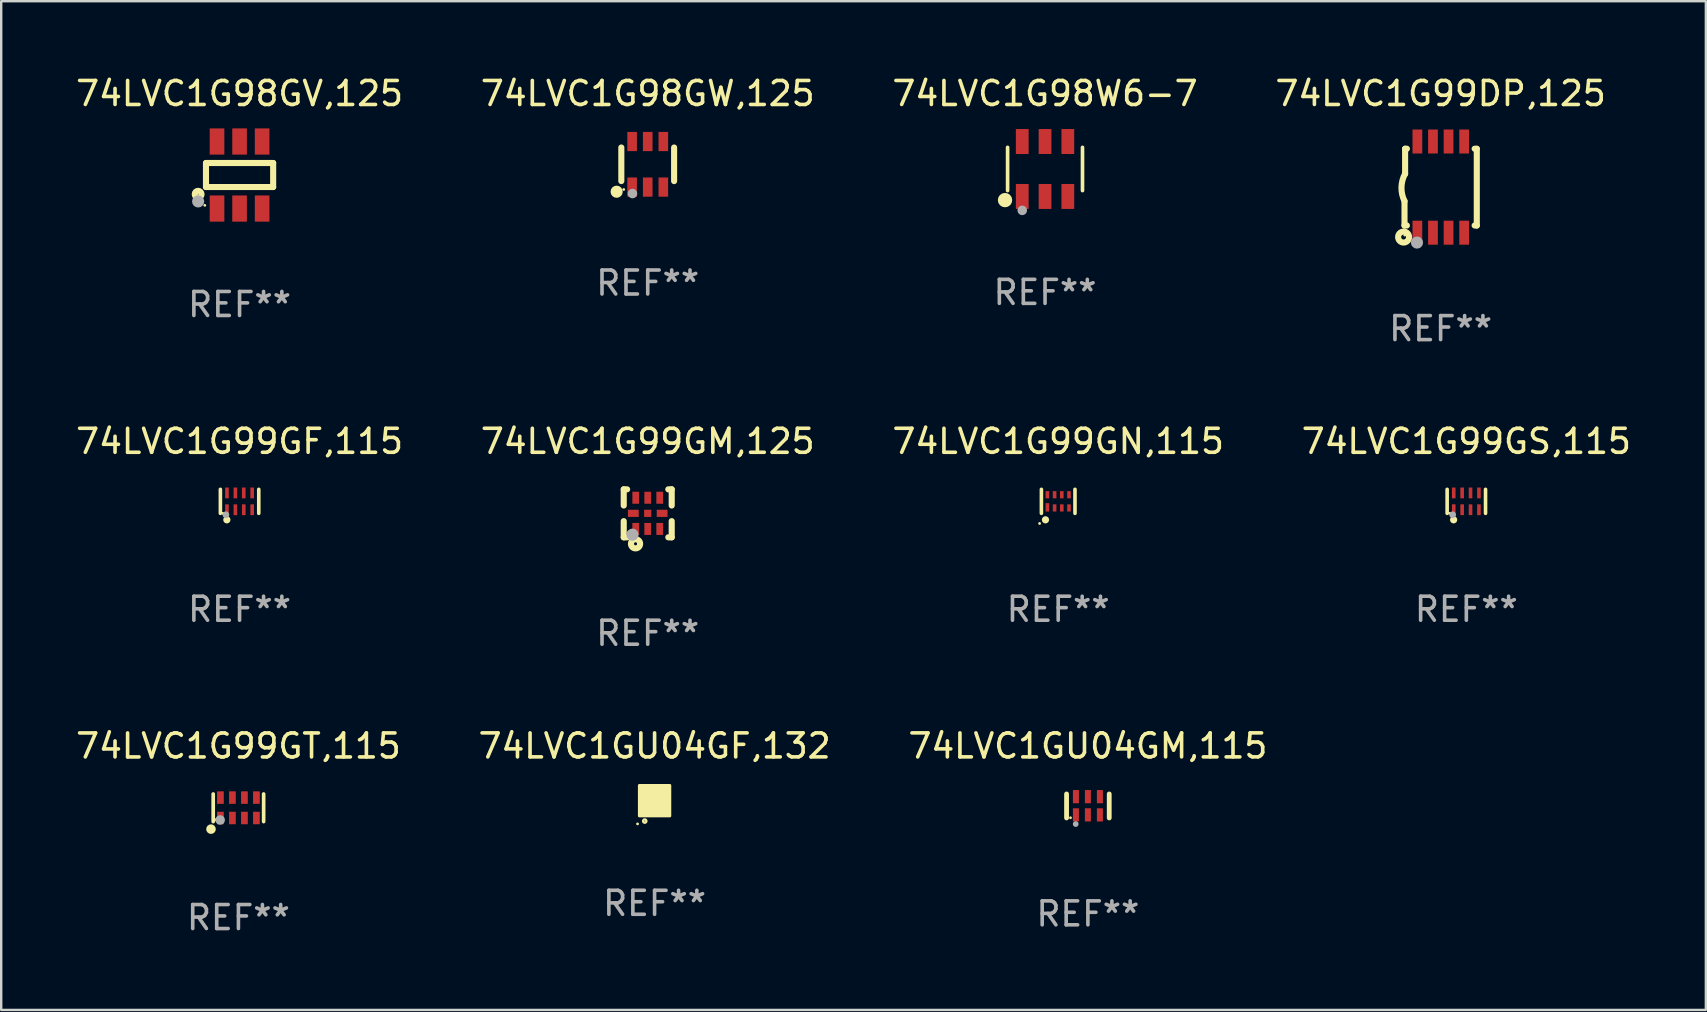
<source format=kicad_pcb>
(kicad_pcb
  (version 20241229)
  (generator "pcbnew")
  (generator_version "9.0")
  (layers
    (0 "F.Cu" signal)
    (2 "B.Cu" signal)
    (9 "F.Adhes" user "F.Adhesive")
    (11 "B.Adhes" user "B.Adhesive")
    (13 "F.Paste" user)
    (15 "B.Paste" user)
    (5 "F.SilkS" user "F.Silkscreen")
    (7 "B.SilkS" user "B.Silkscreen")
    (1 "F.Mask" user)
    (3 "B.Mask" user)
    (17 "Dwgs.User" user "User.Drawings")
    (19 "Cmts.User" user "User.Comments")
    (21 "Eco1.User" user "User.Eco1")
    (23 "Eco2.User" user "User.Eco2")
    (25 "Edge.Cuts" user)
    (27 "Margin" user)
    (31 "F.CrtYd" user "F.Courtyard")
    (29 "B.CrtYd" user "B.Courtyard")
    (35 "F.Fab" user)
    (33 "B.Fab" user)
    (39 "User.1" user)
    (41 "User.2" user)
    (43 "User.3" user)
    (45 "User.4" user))
  (footprint "74LVC1G99GT,115"
    (layer "F.Cu")
    (at 6.887 30.618)
    (property "Reference" "74LVC1G99GT,115" (at 0 -2.576 0) (layer "F.SilkS") (effects (font (size 1 1) (thickness 0.15))))
    (attr through_hole)
    (fp_line (start -1.051 0.576) (end -1.051 -0.576) (stroke (width 0.152) (type solid)) (layer "F.SilkS"))
    (fp_line (start 1.051 -0.576) (end 1.051 0.576) (stroke (width 0.152) (type solid)) (layer "F.SilkS"))
    (fp_circle (center -1.143 0.889) (end -1.043 0.889) (stroke (width 0.2) (type solid)) (fill no) (layer "F.SilkS"))
    (fp_circle (center -0.975 0.5) (end -0.945 0.5) (stroke (width 0.06) (type solid)) (fill no) (layer "F.SilkS"))
    (fp_circle (center -0.762 0.508) (end -0.662 0.508) (stroke (width 0.2) (type solid)) (fill no) (layer "F.Fab"))
    (fp_text user "REF**" (at 0 4.576 0) (layer "F.Fab") (effects (font (size 1 1) (thickness 0.15))))
    (pad "1" smd rect (at -0.75 0.425) (size 0.28 0.521) (layers "F.Cu" "F.Mask" "F.Paste"))
    (pad "2" smd rect (at -0.25 0.425) (size 0.28 0.521) (layers "F.Cu" "F.Mask" "F.Paste"))
    (pad "3" smd rect (at 0.25 0.425) (size 0.28 0.521) (layers "F.Cu" "F.Mask" "F.Paste"))
    (pad "4" smd rect (at 0.75 0.425) (size 0.28 0.521) (layers "F.Cu" "F.Mask" "F.Paste"))
    (pad "5" smd rect (at 0.75 -0.425) (size 0.28 0.521) (layers "F.Cu" "F.Mask" "F.Paste"))
    (pad "6" smd rect (at 0.25 -0.425) (size 0.28 0.521) (layers "F.Cu" "F.Mask" "F.Paste"))
    (pad "7" smd rect (at -0.25 -0.425) (size 0.28 0.521) (layers "F.Cu" "F.Mask" "F.Paste"))
    (pad "8" smd rect (at -0.75 -0.425) (size 0.28 0.521) (layers "F.Cu" "F.Mask" "F.Paste")))
  (footprint "74LVC1G98GW,125"
    (layer "F.Cu")
    (at 23.946 3.798)
    (property "Reference" "74LVC1G98GW,125" (at 0 -2.95 0) (layer "F.SilkS") (effects (font (size 1 1) (thickness 0.15))))
    (attr through_hole)
    (fp_line (start -1.1 -0.7) (end -1.1 0.7) (stroke (width 0.254) (type solid)) (layer "F.SilkS"))
    (fp_line (start 1.1 -0.7) (end 1.1 0.7) (stroke (width 0.254) (type solid)) (layer "F.SilkS"))
    (fp_circle (center -1.295 1.143) (end -1.168 1.143) (stroke (width 0.254) (type solid)) (fill no) (layer "F.SilkS"))
    (fp_circle (center -1 1.05) (end -0.97 1.05) (stroke (width 0.06) (type solid)) (fill no) (layer "F.SilkS"))
    (fp_circle (center -0.635 1.219) (end -0.535 1.219) (stroke (width 0.2) (type solid)) (fill no) (layer "F.Fab"))
    (fp_text user "REF**" (at 0 4.95 0) (layer "F.Fab") (effects (font (size 1 1) (thickness 0.15))))
    (pad "1" smd rect (at -0.65 0.95) (size 0.4 0.8) (layers "F.Cu" "F.Mask" "F.Paste"))
    (pad "2" smd rect (at 0 0.95) (size 0.4 0.8) (layers "F.Cu" "F.Mask" "F.Paste"))
    (pad "3" smd rect (at 0.65 0.95) (size 0.4 0.8) (layers "F.Cu" "F.Mask" "F.Paste"))
    (pad "4" smd rect (at 0.65 -0.95) (size 0.4 0.8) (layers "F.Cu" "F.Mask" "F.Paste"))
    (pad "5" smd rect (at 0 -0.95) (size 0.4 0.8) (layers "F.Cu" "F.Mask" "F.Paste"))
    (pad "6" smd rect (at -0.65 -0.95) (size 0.4 0.8) (layers "F.Cu" "F.Mask" "F.Paste")))
  (footprint "74LVC1G99DP,125"
    (layer "F.Cu")
    (at 56.994 4.748)
    (property "Reference" "74LVC1G99DP,125" (at 0 -3.9 0) (layer "F.SilkS") (effects (font (size 1 1) (thickness 0.15))))
    (attr through_hole)
    (fp_line (start -1.506 1.6) (end -1.506 0.584) (stroke (width 0.254) (type solid)) (layer "F.SilkS"))
    (fp_line (start -1.506 1.6) (end -1.407 1.6) (stroke (width 0.254) (type solid)) (layer "F.SilkS"))
    (fp_line (start -1.481 -1.599) (end -1.481 -0.549) (stroke (width 0.254) (type solid)) (layer "F.SilkS"))
    (fp_line (start -1.481 -1.599) (end -1.407 -1.599) (stroke (width 0.254) (type solid)) (layer "F.SilkS"))
    (fp_line (start 1.417 -1.599) (end 1.506 -1.599) (stroke (width 0.254) (type solid)) (layer "F.SilkS"))
    (fp_line (start 1.417 1.6) (end 1.506 1.6) (stroke (width 0.254) (type solid)) (layer "F.SilkS"))
    (fp_line (start 1.506 1.603) (end 1.506 -1.595) (stroke (width 0.254) (type solid)) (layer "F.SilkS"))
    (fp_arc (start -1.506223 0.584328) (mid -1.632455 0.00974) (end -1.480823 -0.558674) (stroke (width 0.254001) (type solid)) (layer "F.SilkS"))
    (fp_circle (center -1.544 2.083) (end -1.443 2.083) (stroke (width 0.254) (type solid)) (fill no) (layer "F.SilkS"))
    (fp_circle (center -1.495 2) (end -1.465 2) (stroke (width 0.06) (type solid)) (fill no) (layer "F.SilkS"))
    (fp_circle (center -0.986 2.312) (end -0.859 2.312) (stroke (width 0.254) (type solid)) (fill no) (layer "F.Fab"))
    (fp_text user "REF**" (at 0 5.9 0) (layer "F.Fab") (effects (font (size 1 1) (thickness 0.15))))
    (pad "1" smd rect (at -0.97 1.9 90) (size 1 0.406) (layers "F.Cu" "F.Mask" "F.Paste"))
    (pad "2" smd rect (at -0.32 1.9 90) (size 1 0.406) (layers "F.Cu" "F.Mask" "F.Paste"))
    (pad "3" smd rect (at 0.33 1.9 90) (size 1 0.406) (layers "F.Cu" "F.Mask" "F.Paste"))
    (pad "4" smd rect (at 0.98 1.9 90) (size 1 0.406) (layers "F.Cu" "F.Mask" "F.Paste"))
    (pad "5" smd rect (at 0.98 -1.9 90) (size 1 0.406) (layers "F.Cu" "F.Mask" "F.Paste"))
    (pad "6" smd rect (at 0.33 -1.9 90) (size 1 0.406) (layers "F.Cu" "F.Mask" "F.Paste"))
    (pad "7" smd rect (at -0.32 -1.9 90) (size 1 0.406) (layers "F.Cu" "F.Mask" "F.Paste"))
    (pad "8" smd rect (at -0.97 -1.9 90) (size 1 0.406) (layers "F.Cu" "F.Mask" "F.Paste")))
  (footprint "74LVC1G99GF,115"
    (layer "F.Cu")
    (at 6.935 17.845)
    (property "Reference" "74LVC1G99GF,115" (at 0 -2.5 0) (layer "F.SilkS") (effects (font (size 1 1) (thickness 0.15))))
    (attr through_hole)
    (fp_line (start -0.8 -0.5) (end -0.8 0.5) (stroke (width 0.15) (type solid)) (layer "F.SilkS"))
    (fp_line (start 0.8 -0.5) (end 0.8 0.5) (stroke (width 0.15) (type solid)) (layer "F.SilkS"))
    (fp_circle (center -0.7 0.5) (end -0.67 0.5) (stroke (width 0.06) (type solid)) (fill no) (layer "F.SilkS"))
    (fp_circle (center -0.53 0.77) (end -0.454 0.77) (stroke (width 0.15) (type solid)) (fill no) (layer "F.SilkS"))
    (fp_circle (center -0.57 0.56) (end -0.5 0.56) (stroke (width 0.14) (type solid)) (fill no) (layer "F.Fab"))
    (fp_text user "REF**" (at 0 4.5 0) (layer "F.Fab") (effects (font (size 1 1) (thickness 0.15))))
    (pad "1" smd rect (at -0.525 0.35) (size 0.15 0.45) (layers "F.Cu" "F.Mask" "F.Paste"))
    (pad "2" smd rect (at -0.175 0.35) (size 0.15 0.45) (layers "F.Cu" "F.Mask" "F.Paste"))
    (pad "3" smd rect (at 0.175 0.35) (size 0.15 0.45) (layers "F.Cu" "F.Mask" "F.Paste"))
    (pad "4" smd rect (at 0.525 0.35) (size 0.15 0.45) (layers "F.Cu" "F.Mask" "F.Paste"))
    (pad "5" smd rect (at 0.525 -0.35) (size 0.15 0.45) (layers "F.Cu" "F.Mask" "F.Paste"))
    (pad "6" smd rect (at 0.175 -0.35) (size 0.15 0.45) (layers "F.Cu" "F.Mask" "F.Paste"))
    (pad "7" smd rect (at -0.175 -0.35) (size 0.15 0.45) (layers "F.Cu" "F.Mask" "F.Paste"))
    (pad "8" smd rect (at -0.525 -0.35) (size 0.15 0.45) (layers "F.Cu" "F.Mask" "F.Paste")))
  (footprint "74LVC1G98GV,125"
    (layer "F.Cu")
    (at 6.935 4.245)
    (property "Reference" "74LVC1G98GV,125" (at 0 -3.397 0) (layer "F.SilkS") (effects (font (size 1 1) (thickness 0.15))))
    (attr through_hole)
    (fp_line (start -1.4 -0.501) (end -1.4 0.5) (stroke (width 0.254) (type solid)) (layer "F.SilkS"))
    (fp_line (start -1.4 0.5) (end 1.4 0.5) (stroke (width 0.254) (type solid)) (layer "F.SilkS"))
    (fp_line (start 1.4 -0.501) (end -1.4 -0.501) (stroke (width 0.254) (type solid)) (layer "F.SilkS"))
    (fp_line (start 1.4 0.5) (end 1.4 -0.501) (stroke (width 0.254) (type solid)) (layer "F.SilkS"))
    (fp_circle (center -1.727 0.8) (end -1.585 0.8) (stroke (width 0.254) (type solid)) (fill no) (layer "F.SilkS"))
    (fp_circle (center -1.45 1.263) (end -1.42 1.263) (stroke (width 0.06) (type solid)) (fill no) (layer "F.SilkS"))
    (fp_circle (center -1.727 1.1) (end -1.6 1.1) (stroke (width 0.254) (type solid)) (fill no) (layer "F.Fab"))
    (fp_text user "REF**" (at 0 5.397 0) (layer "F.Fab") (effects (font (size 1 1) (thickness 0.15))))
    (pad "1" smd rect (at -0.94 1.397 180) (size 0.61 1.092) (layers "F.Cu" "F.Mask" "F.Paste"))
    (pad "2" smd rect (at 0.000127 1.397 180) (size 0.61 1.092) (layers "F.Cu" "F.Mask" "F.Paste"))
    (pad "3" smd rect (at 0.94 1.397 180) (size 0.61 1.092) (layers "F.Cu" "F.Mask" "F.Paste"))
    (pad "4" smd rect (at 0.94 -1.397 180) (size 0.61 1.092) (layers "F.Cu" "F.Mask" "F.Paste"))
    (pad "5" smd rect (at 0.000127 -1.397 180) (size 0.61 1.092) (layers "F.Cu" "F.Mask" "F.Paste"))
    (pad "6" smd rect (at -0.94 -1.397 180) (size 0.61 1.092) (layers "F.Cu" "F.Mask" "F.Paste")))
  (footprint "74LVC1GU04GF,132"
    (layer "F.Cu")
    (at 24.232 30.321)
    (property "Reference" "74LVC1GU04GF,132" (at 0 -2.28 0) (layer "F.SilkS") (effects (font (size 1 1) (thickness 0.15))))
    (attr through_hole)
    (fp_circle (center -0.71 0.968) (end -0.68 0.968) (stroke (width 0.06) (type solid)) (fill no) (layer "F.SilkS"))
    (fp_circle (center -0.41 0.85) (end -0.342 0.85) (stroke (width 0.1) (type solid)) (fill no) (layer "F.SilkS"))
    (fp_poly (pts (xy -0.635 -0.635) (xy 0.635 -0.635) (xy 0.635 0.635) (xy -0.635 0.635)) (stroke (width 0.12) (type solid)) (fill yes) (layer "F.SilkS"))
    (fp_text user "REF**" (at 0 4.28 0) (layer "F.Fab") (effects (font (size 1 1) (thickness 0.15))))
    (pad "1" smd rect (at -0.35 0.28 90) (size 0.35 0.2) (layers "F.Cu" "F.Mask" "F.Paste"))
    (pad "2" smd rect (at 0 0.28 90) (size 0.35 0.2) (layers "F.Cu" "F.Mask" "F.Paste"))
    (pad "3" smd rect (at 0.35 0.28 90) (size 0.35 0.2) (layers "F.Cu" "F.Mask" "F.Paste"))
    (pad "4" smd rect (at 0.35 -0.28 90) (size 0.35 0.2) (layers "F.Cu" "F.Mask" "F.Paste"))
    (pad "5" smd rect (at 0 -0.28 90) (size 0.35 0.2) (layers "F.Cu" "F.Mask" "F.Paste"))
    (pad "6" smd rect (at -0.35 -0.28 90) (size 0.35 0.2) (layers "F.Cu" "F.Mask" "F.Paste")))
  (footprint "74LVC1G99GS,115"
    (layer "F.Cu")
    (at 58.065 17.845)
    (property "Reference" "74LVC1G99GS,115" (at 0 -2.5 0) (layer "F.SilkS") (effects (font (size 1 1) (thickness 0.15))))
    (attr through_hole)
    (fp_line (start -0.8 -0.5) (end -0.8 0.5) (stroke (width 0.15) (type solid)) (layer "F.SilkS"))
    (fp_line (start 0.8 -0.5) (end 0.8 0.5) (stroke (width 0.15) (type solid)) (layer "F.SilkS"))
    (fp_circle (center -0.7 0.5) (end -0.67 0.5) (stroke (width 0.06) (type solid)) (fill no) (layer "F.SilkS"))
    (fp_circle (center -0.53 0.77) (end -0.454 0.77) (stroke (width 0.15) (type solid)) (fill no) (layer "F.SilkS"))
    (fp_circle (center -0.57 0.56) (end -0.5 0.56) (stroke (width 0.14) (type solid)) (fill no) (layer "F.Fab"))
    (fp_text user "REF**" (at 0 4.5 0) (layer "F.Fab") (effects (font (size 1 1) (thickness 0.15))))
    (pad "1" smd rect (at -0.525 0.35) (size 0.15 0.45) (layers "F.Cu" "F.Mask" "F.Paste"))
    (pad "2" smd rect (at -0.175 0.35) (size 0.15 0.45) (layers "F.Cu" "F.Mask" "F.Paste"))
    (pad "3" smd rect (at 0.175 0.35) (size 0.15 0.45) (layers "F.Cu" "F.Mask" "F.Paste"))
    (pad "4" smd rect (at 0.525 0.35) (size 0.15 0.45) (layers "F.Cu" "F.Mask" "F.Paste"))
    (pad "5" smd rect (at 0.525 -0.35) (size 0.15 0.45) (layers "F.Cu" "F.Mask" "F.Paste"))
    (pad "6" smd rect (at 0.175 -0.35) (size 0.15 0.45) (layers "F.Cu" "F.Mask" "F.Paste"))
    (pad "7" smd rect (at -0.175 -0.35) (size 0.15 0.45) (layers "F.Cu" "F.Mask" "F.Paste"))
    (pad "8" smd rect (at -0.525 -0.35) (size 0.15 0.45) (layers "F.Cu" "F.Mask" "F.Paste")))
  (footprint "74LVC1GU04GM,115"
    (layer "F.Cu")
    (at 42.292 30.541)
    (property "Reference" "74LVC1GU04GM,115" (at 0 -2.5 0) (layer "F.SilkS") (effects (font (size 1 1) (thickness 0.15))))
    (attr through_hole)
    (fp_line (start -0.889 0.5) (end -0.889 -0.5) (stroke (width 0.2) (type solid)) (layer "F.SilkS"))
    (fp_line (start 0.889 0.5) (end 0.889 -0.5) (stroke (width 0.2) (type solid)) (layer "F.SilkS"))
    (fp_circle (center -0.725 0.492) (end -0.695 0.492) (stroke (width 0.06) (type solid)) (fill no) (layer "F.SilkS"))
    (fp_circle (center -0.508 0.754) (end -0.448 0.754) (stroke (width 0.12) (type solid)) (fill no) (layer "F.Fab"))
    (fp_text user "REF**" (at 0 4.5 0) (layer "F.Fab") (effects (font (size 1 1) (thickness 0.15))))
    (pad "1" smd rect (at -0.5 0.372) (size 0.25 0.55) (layers "F.Cu" "F.Mask" "F.Paste"))
    (pad "2" smd rect (at -0.000127 0.372) (size 0.25 0.55) (layers "F.Cu" "F.Mask" "F.Paste"))
    (pad "3" smd rect (at 0.5 0.372) (size 0.25 0.55) (layers "F.Cu" "F.Mask" "F.Paste"))
    (pad "4" smd rect (at 0.5 -0.388 180) (size 0.25 0.55) (layers "F.Cu" "F.Mask" "F.Paste"))
    (pad "5" smd rect (at -0.000127 -0.388 180) (size 0.25 0.55) (layers "F.Cu" "F.Mask" "F.Paste"))
    (pad "6" smd rect (at -0.5 -0.388 180) (size 0.25 0.55) (layers "F.Cu" "F.Mask" "F.Paste")))
  (footprint "74LVC1G98W6-7"
    (layer "F.Cu")
    (at 40.506 3.993)
    (property "Reference" "74LVC1G98W6-7" (at 0 -3.145 0) (layer "F.SilkS") (effects (font (size 1 1) (thickness 0.15))))
    (attr through_hole)
    (fp_line (start -1.561 0.901) (end -1.561 -0.901) (stroke (width 0.152) (type solid)) (layer "F.SilkS"))
    (fp_line (start 1.561 0.901) (end 1.561 -0.901) (stroke (width 0.152) (type solid)) (layer "F.SilkS"))
    (fp_circle (center -1.668 1.297) (end -1.518 1.297) (stroke (width 0.3) (type solid)) (fill no) (layer "F.SilkS"))
    (fp_circle (center -1.485 1.425) (end -1.455 1.425) (stroke (width 0.06) (type solid)) (fill no) (layer "F.SilkS"))
    (fp_circle (center -0.95 1.725) (end -0.85 1.725) (stroke (width 0.2) (type solid)) (fill no) (layer "F.Fab"))
    (fp_text user "REF**" (at 0 5.145 0) (layer "F.Fab") (effects (font (size 1 1) (thickness 0.15))))
    (pad "1" smd rect (at -0.95 1.145) (size 0.532 1.04) (layers "F.Cu" "F.Mask" "F.Paste"))
    (pad "2" smd rect (at 0 1.145) (size 0.532 1.04) (layers "F.Cu" "F.Mask" "F.Paste"))
    (pad "3" smd rect (at 0.95 1.145) (size 0.532 1.04) (layers "F.Cu" "F.Mask" "F.Paste"))
    (pad "4" smd rect (at 0.95 -1.145) (size 0.532 1.04) (layers "F.Cu" "F.Mask" "F.Paste"))
    (pad "5" smd rect (at 0 -1.145) (size 0.532 1.04) (layers "F.Cu" "F.Mask" "F.Paste"))
    (pad "6" smd rect (at -0.95 -1.145) (size 0.532 1.04) (layers "F.Cu" "F.Mask" "F.Paste")))
  (footprint "74LVC1G99GM,125"
    (layer "F.Cu")
    (at 23.946 18.345)
    (property "Reference" "74LVC1G99GM,125" (at 0 -3 0) (layer "F.SilkS") (effects (font (size 1 1) (thickness 0.15))))
    (attr through_hole)
    (fp_line (start -1 -1) (end -0.858 -1) (stroke (width 0.254) (type solid)) (layer "F.SilkS"))
    (fp_line (start -1 -0.325) (end -1 -1) (stroke (width 0.254) (type solid)) (layer "F.SilkS"))
    (fp_line (start -1 1) (end -1 0.325) (stroke (width 0.254) (type solid)) (layer "F.SilkS"))
    (fp_line (start -0.858 1) (end -1 1) (stroke (width 0.254) (type solid)) (layer "F.SilkS"))
    (fp_line (start 0.858 -1) (end 1 -1) (stroke (width 0.254) (type solid)) (layer "F.SilkS"))
    (fp_line (start 1 -1) (end 1 -0.325) (stroke (width 0.254) (type solid)) (layer "F.SilkS"))
    (fp_line (start 1 0.325) (end 1 1) (stroke (width 0.254) (type solid)) (layer "F.SilkS"))
    (fp_line (start 1 1) (end 0.858 1) (stroke (width 0.254) (type solid)) (layer "F.SilkS"))
    (fp_circle (center -0.8 0.8) (end -0.77 0.8) (stroke (width 0.06) (type solid)) (fill no) (layer "F.SilkS"))
    (fp_circle (center -0.508 1.27) (end -0.444 1.27) (stroke (width 0.254) (type solid)) (fill no) (layer "F.SilkS"))
    (fp_circle (center -0.635 0.889) (end -0.508 0.889) (stroke (width 0.254) (type solid)) (fill no) (layer "F.Fab"))
    (fp_text user "REF**" (at 0 5 0) (layer "F.Fab") (effects (font (size 1 1) (thickness 0.15))))
    (pad "1" smd rect (at -0.5 0.65 90) (size 0.5 0.28) (layers "F.Cu" "F.Mask" "F.Paste"))
    (pad "2" smd rect (at 0.000013 0.65 90) (size 0.5 0.28) (layers "F.Cu" "F.Mask" "F.Paste"))
    (pad "3" smd rect (at 0.5 0.65 90) (size 0.5 0.28) (layers "F.Cu" "F.Mask" "F.Paste"))
    (pad "4" smd rect (at 0.6 0.000076 180) (size 0.45 0.3) (layers "F.Cu" "F.Mask" "F.Paste"))
    (pad "5" smd rect (at 0.5 -0.65 90) (size 0.5 0.28) (layers "F.Cu" "F.Mask" "F.Paste"))
    (pad "6" smd rect (at 0.000013 -0.65 90) (size 0.5 0.28) (layers "F.Cu" "F.Mask" "F.Paste"))
    (pad "7" smd rect (at -0.5 -0.65 90) (size 0.5 0.28) (layers "F.Cu" "F.Mask" "F.Paste"))
    (pad "8" smd rect (at -0.6 0.000076 180) (size 0.45 0.3) (layers "F.Cu" "F.Mask" "F.Paste"))
    (pad "9" smd rect (at 0.000013 0.000076 180) (size 0.3 0.3) (layers "F.Cu" "F.Mask" "F.Paste")))
  (footprint "74LVC1G99GN,115"
    (layer "F.Cu")
    (at 41.054 17.845)
    (property "Reference" "74LVC1G99GN,115" (at 0 -2.5 0) (layer "F.SilkS") (effects (font (size 1 1) (thickness 0.15))))
    (attr through_hole)
    (fp_line (start -0.7 -0.5) (end -0.7 0.5) (stroke (width 0.15) (type solid)) (layer "F.SilkS"))
    (fp_line (start 0.7 -0.5) (end 0.7 0.5) (stroke (width 0.15) (type solid)) (layer "F.SilkS"))
    (fp_circle (center -0.775 0.922) (end -0.745 0.922) (stroke (width 0.06) (type solid)) (fill no) (layer "F.SilkS"))
    (fp_circle (center -0.53 0.77) (end -0.454 0.77) (stroke (width 0.15) (type solid)) (fill no) (layer "F.SilkS"))
    (fp_text user "REF**" (at 0 4.5 0) (layer "F.Fab") (effects (font (size 1 1) (thickness 0.15))))
    (pad "1" smd rect (at -0.45 0.25) (size 0.15 0.35) (layers "F.Cu" "F.Mask" "F.Paste"))
    (pad "2" smd rect (at -0.15 0.275) (size 0.15 0.3) (layers "F.Cu" "F.Mask" "F.Paste"))
    (pad "3" smd rect (at 0.15 0.275) (size 0.15 0.3) (layers "F.Cu" "F.Mask" "F.Paste"))
    (pad "4" smd rect (at 0.45 0.275) (size 0.15 0.3) (layers "F.Cu" "F.Mask" "F.Paste"))
    (pad "5" smd rect (at 0.45 -0.275) (size 0.15 0.3) (layers "F.Cu" "F.Mask" "F.Paste"))
    (pad "6" smd rect (at 0.15 -0.275) (size 0.15 0.3) (layers "F.Cu" "F.Mask" "F.Paste"))
    (pad "7" smd rect (at -0.15 -0.275) (size 0.15 0.3) (layers "F.Cu" "F.Mask" "F.Paste"))
    (pad "8" smd rect (at -0.45 -0.275) (size 0.15 0.3) (layers "F.Cu" "F.Mask" "F.Paste")))
  (gr_rect
    (start -3 -3)
    (end 68.048 39.042)
    (stroke (width 0.1) (type default))
    (fill no)
    (layer "Edge.Cuts")))
</source>
